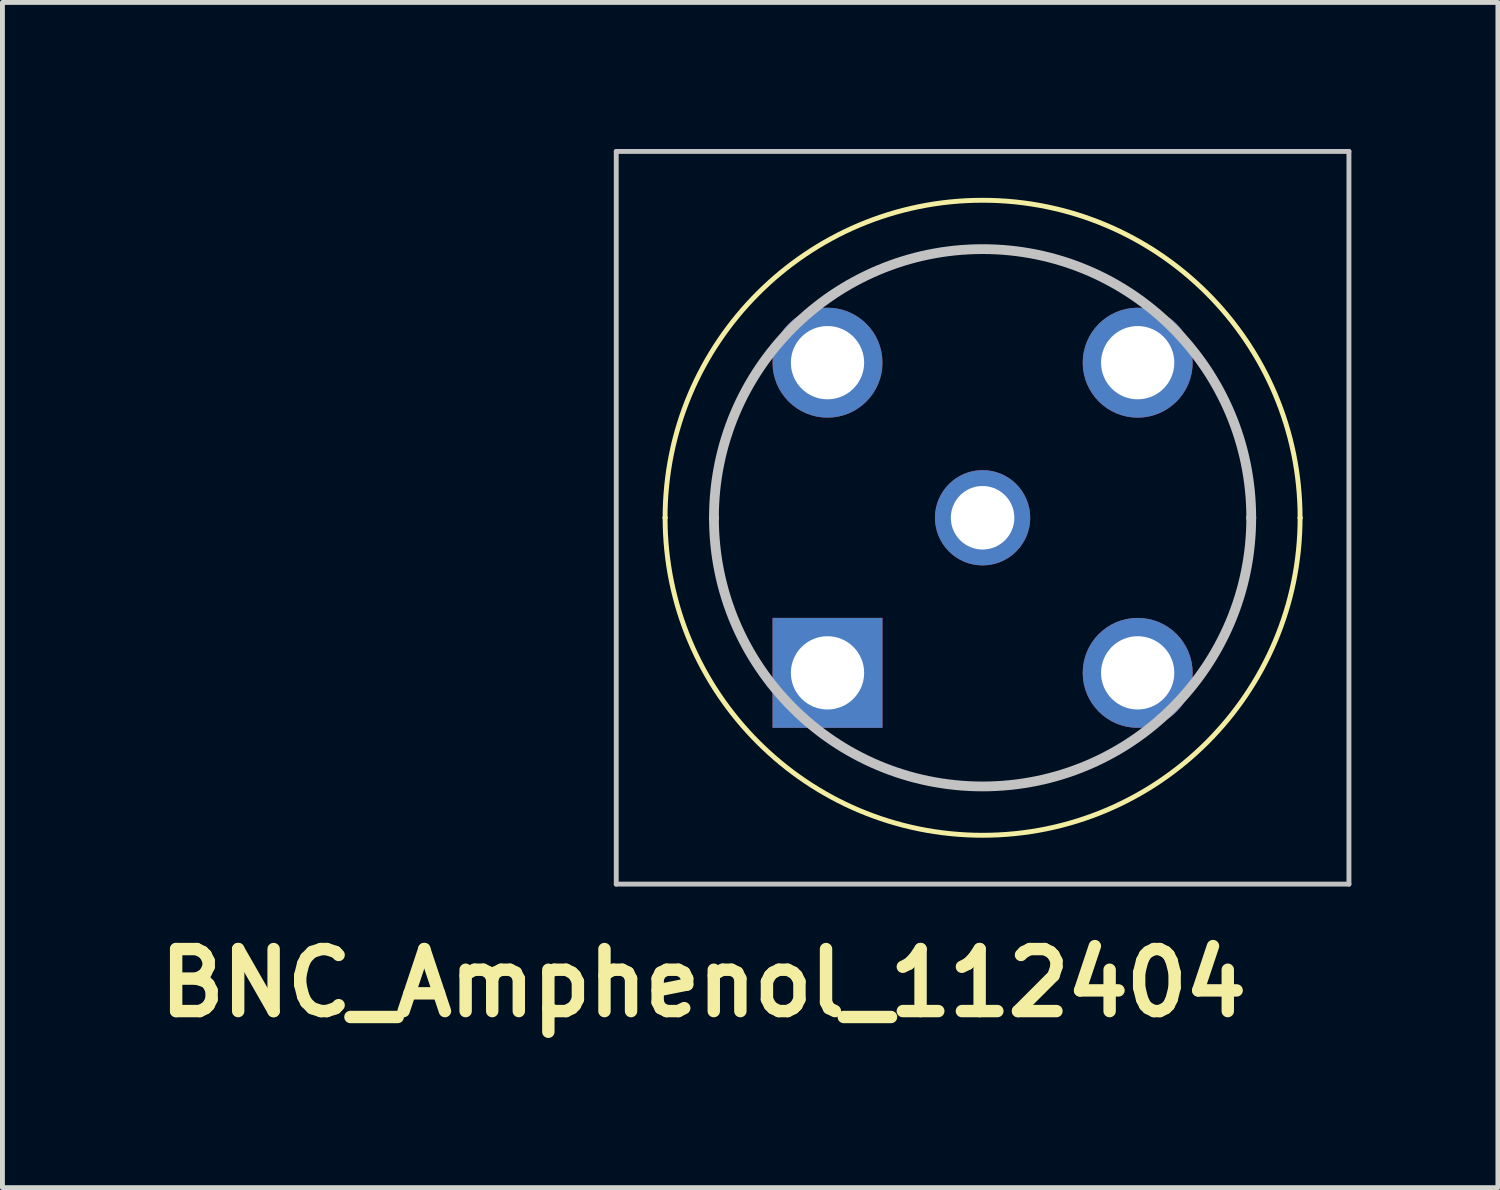
<source format=kicad_pcb>
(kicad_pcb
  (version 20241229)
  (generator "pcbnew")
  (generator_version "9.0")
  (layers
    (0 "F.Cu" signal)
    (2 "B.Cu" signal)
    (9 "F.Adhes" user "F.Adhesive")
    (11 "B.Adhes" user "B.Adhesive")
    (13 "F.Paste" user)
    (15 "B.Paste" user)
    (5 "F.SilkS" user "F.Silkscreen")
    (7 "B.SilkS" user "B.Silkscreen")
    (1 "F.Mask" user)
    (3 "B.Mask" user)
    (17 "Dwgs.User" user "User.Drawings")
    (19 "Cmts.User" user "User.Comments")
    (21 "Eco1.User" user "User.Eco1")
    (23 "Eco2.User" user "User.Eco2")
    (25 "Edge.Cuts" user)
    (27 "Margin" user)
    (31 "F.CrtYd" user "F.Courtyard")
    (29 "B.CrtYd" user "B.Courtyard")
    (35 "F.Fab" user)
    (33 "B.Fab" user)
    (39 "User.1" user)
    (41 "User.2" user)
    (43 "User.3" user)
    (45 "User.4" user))
  (footprint "BNC_Amphenol_112404"
    (layer "F.Cu")
    (at 13.891 10.725)
    (property "Reference" "BNC_Amphenol_112404" (at -2.54 6.35 0) (layer "F.SilkS") (effects (font (size 1.27 1.27) (thickness 0.254))))
    (attr through_hole)
    (fp_line (start -3.325 -3.175) (end -3.325 -3.175) (stroke (width 0.1) (type solid)) (layer "F.SilkS"))
    (fp_line (start 9.675 -3.175) (end 9.675 -3.175) (stroke (width 0.1) (type solid)) (layer "F.SilkS"))
    (fp_arc (start -3.325 -3.175) (mid 3.175 -9.675) (end 9.675 -3.175) (stroke (width 0.1) (type solid)) (layer "F.SilkS"))
    (fp_arc (start 9.675 -3.175) (mid 3.175 3.325) (end -3.325 -3.175) (stroke (width 0.1) (type solid)) (layer "F.SilkS"))
    (fp_line (start -4.325 -10.675) (end 10.675 -10.675) (stroke (width 0.1) (type solid)) (layer "Dwgs.User"))
    (fp_line (start -4.325 4.325) (end -4.325 -10.675) (stroke (width 0.1) (type solid)) (layer "Dwgs.User"))
    (fp_line (start -2.325 -3.175) (end -2.325 -3.175) (stroke (width 0.2) (type solid)) (layer "Dwgs.User"))
    (fp_line (start 8.675 -3.175) (end 8.675 -3.175) (stroke (width 0.2) (type solid)) (layer "Dwgs.User"))
    (fp_line (start 10.675 -10.675) (end 10.675 4.325) (stroke (width 0.1) (type solid)) (layer "Dwgs.User"))
    (fp_line (start 10.675 4.325) (end -4.325 4.325) (stroke (width 0.1) (type solid)) (layer "Dwgs.User"))
    (fp_arc (start -2.325 -3.175) (mid 3.175 -8.675) (end 8.675 -3.175) (stroke (width 0.2) (type solid)) (layer "Dwgs.User"))
    (fp_arc (start 8.675 -3.175) (mid 3.175 2.325) (end -2.325 -3.175) (stroke (width 0.2) (type solid)) (layer "Dwgs.User"))
    (pad "1" thru_hole circle (at 3.175 -3.175 90) (size 1.95 1.95) (drill 1.3) (layers "*.Cu" "*.Mask"))
    (pad "2" thru_hole circle (at 0 -6.35 90) (size 2.25 2.25) (drill 1.5) (layers "*.Cu" "*.Mask"))
    (pad "2" thru_hole rect (at 0 0 90) (size 2.25 2.25) (drill 1.5) (layers "*.Cu" "*.Mask"))
    (pad "2" thru_hole circle (at 6.35 -6.35) (size 2.25 2.25) (drill 1.5) (layers "*.Cu" "*.Mask"))
    (pad "2" thru_hole circle (at 6.35 0 90) (size 2.25 2.25) (drill 1.5) (layers "*.Cu" "*.Mask")))
  (gr_rect
    (start -3 -3)
    (end 27.616 21.264)
    (stroke (width 0.1) (type default))
    (fill no)
    (layer "Edge.Cuts")))
</source>
